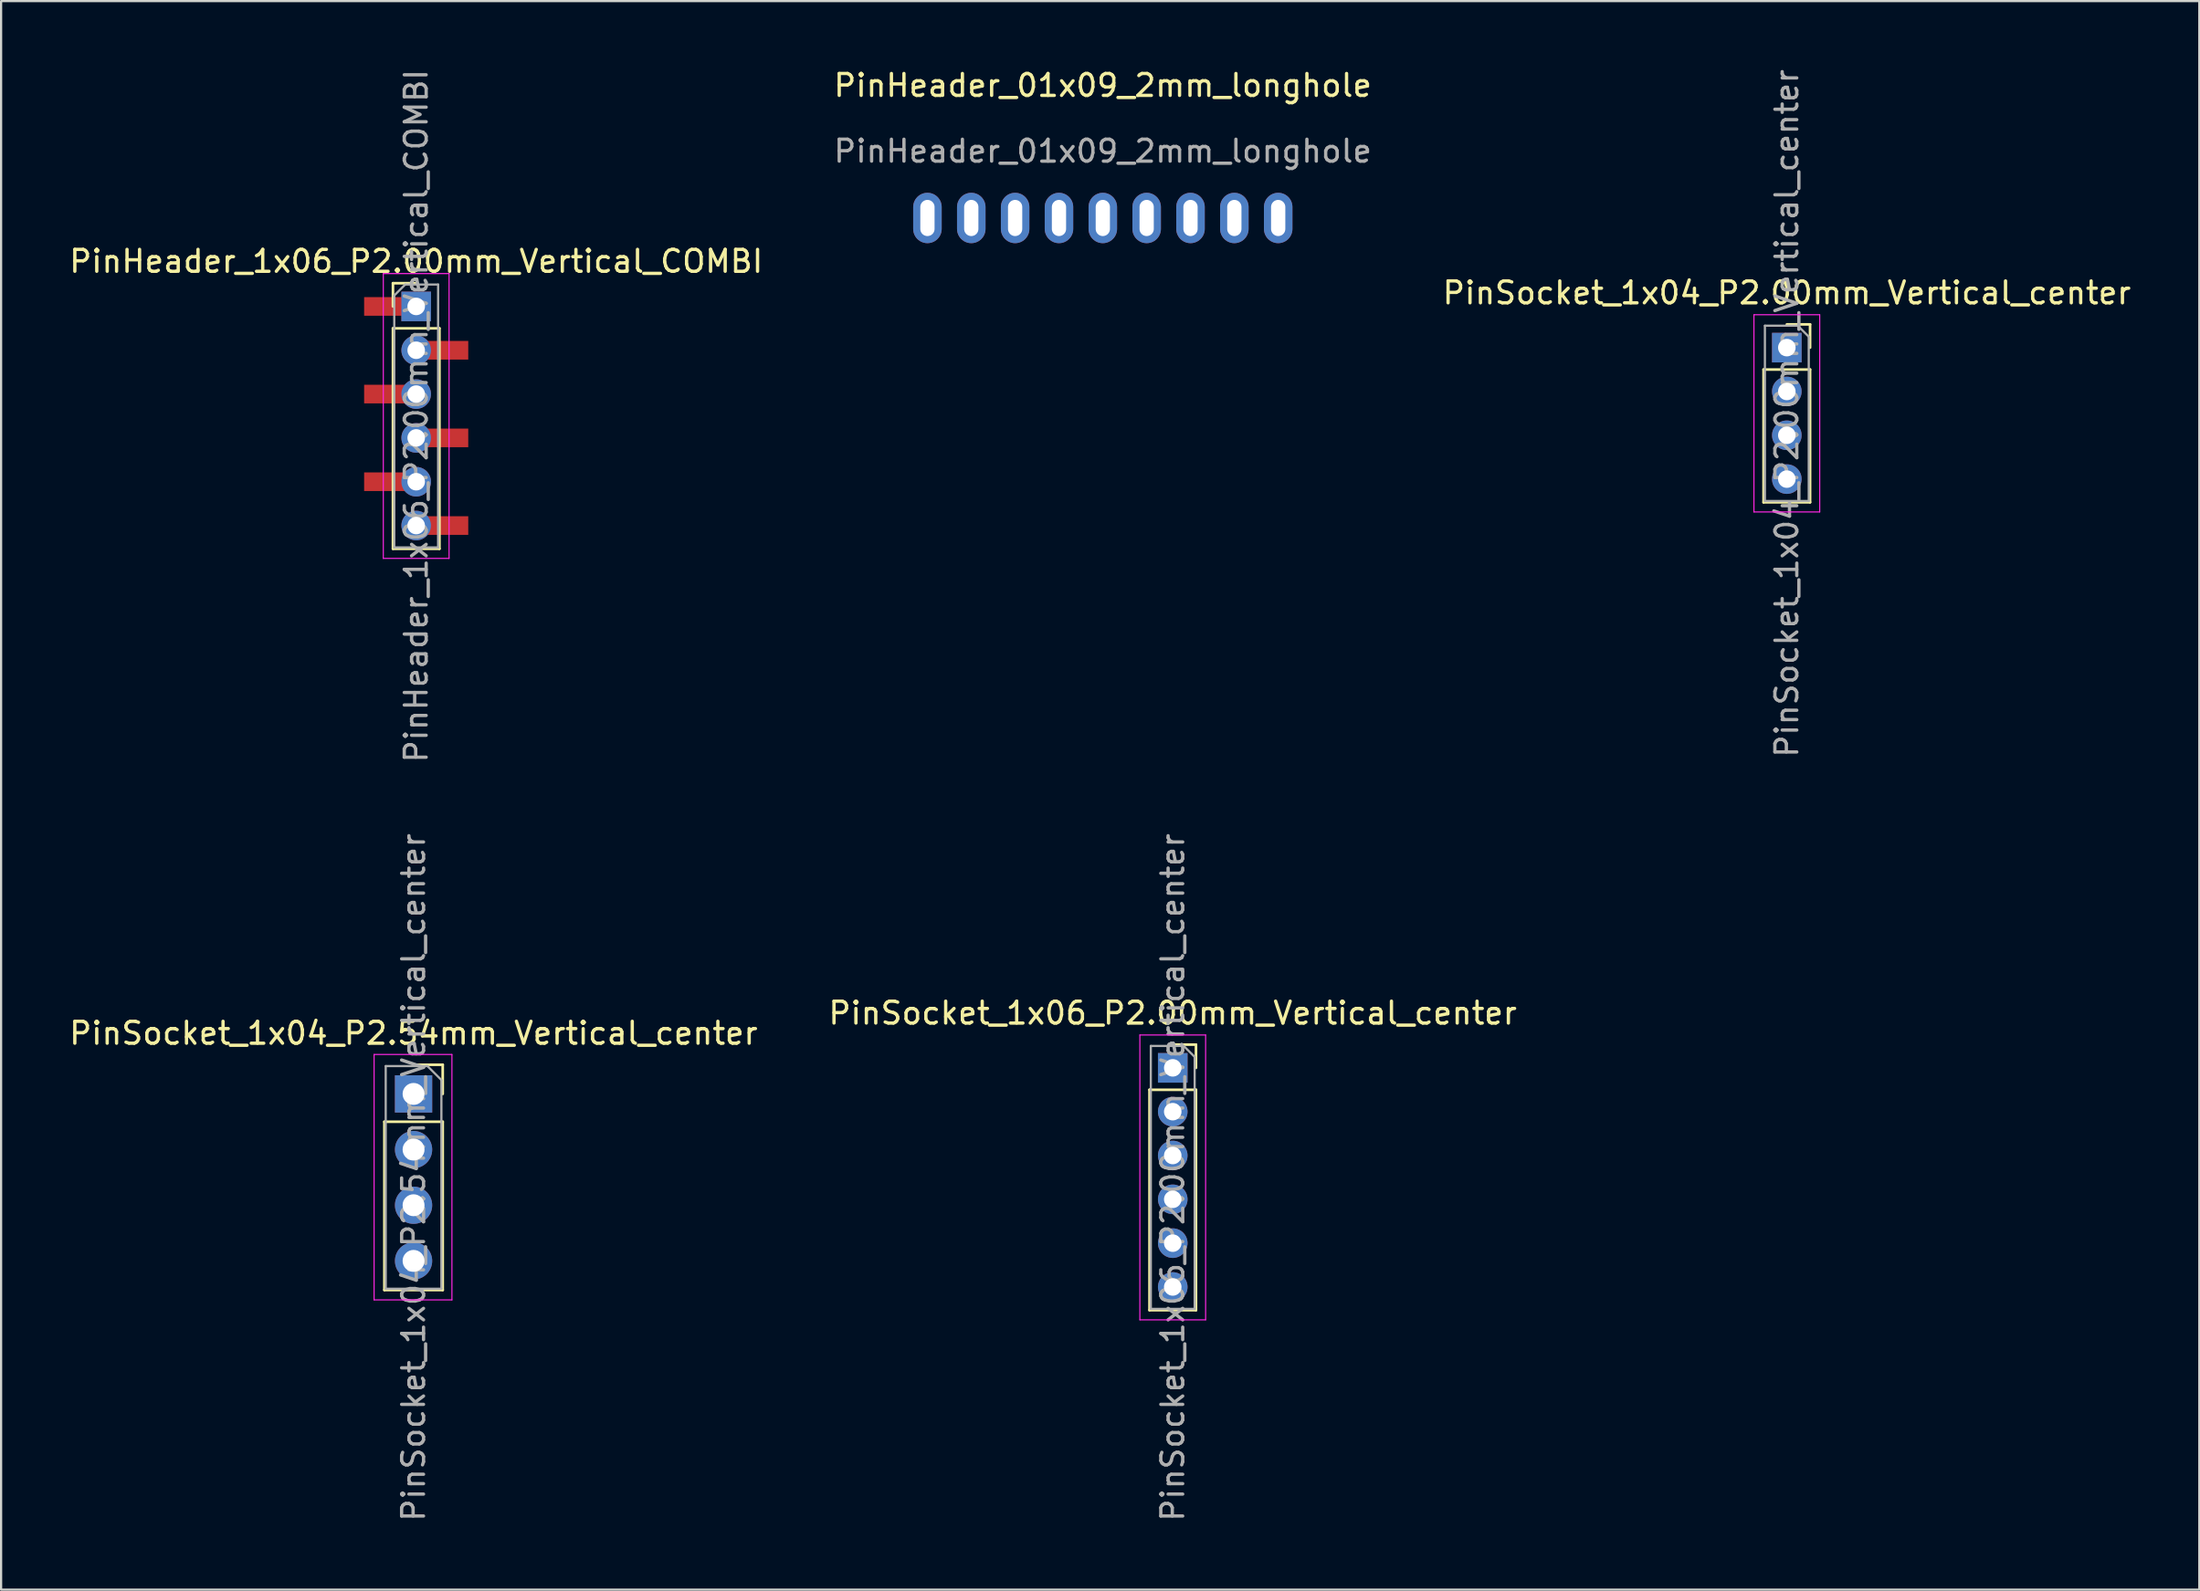
<source format=kicad_pcb>
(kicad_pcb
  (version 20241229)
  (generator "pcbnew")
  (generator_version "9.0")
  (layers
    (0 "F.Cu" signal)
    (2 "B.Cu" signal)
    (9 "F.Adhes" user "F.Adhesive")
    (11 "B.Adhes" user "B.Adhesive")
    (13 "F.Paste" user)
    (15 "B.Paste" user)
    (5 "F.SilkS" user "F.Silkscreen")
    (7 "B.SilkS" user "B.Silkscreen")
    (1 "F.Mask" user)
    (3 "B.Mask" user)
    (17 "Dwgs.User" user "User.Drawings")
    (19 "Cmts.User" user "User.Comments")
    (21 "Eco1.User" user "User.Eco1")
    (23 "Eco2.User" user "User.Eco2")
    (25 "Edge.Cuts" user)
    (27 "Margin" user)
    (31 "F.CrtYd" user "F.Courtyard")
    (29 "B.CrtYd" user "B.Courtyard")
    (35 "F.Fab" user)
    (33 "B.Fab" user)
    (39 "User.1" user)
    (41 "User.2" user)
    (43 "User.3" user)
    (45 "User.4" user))
  (footprint "PinSocket_1x06_P2.00mm_Vertical_center"
    (layer "F.Cu")
    (at 50.446 50.685)
    (property "Reference" "PinSocket_1x06_P2.00mm_Vertical_center" (at 0 -7.5 0) (layer "F.SilkS") (effects (font (size 1 1) (thickness 0.15))))
    (attr through_hole)
    (fp_line (start -1.06 -4) (end -1.06 6.06) (stroke (width 0.12) (type solid)) (layer "F.SilkS"))
    (fp_line (start -1.06 -4) (end 1.06 -4) (stroke (width 0.12) (type solid)) (layer "F.SilkS"))
    (fp_line (start -1.06 6.06) (end 1.06 6.06) (stroke (width 0.12) (type solid)) (layer "F.SilkS"))
    (fp_line (start 0 -6.06) (end 1.06 -6.06) (stroke (width 0.12) (type solid)) (layer "F.SilkS"))
    (fp_line (start 1.06 -6.06) (end 1.06 -5) (stroke (width 0.12) (type solid)) (layer "F.SilkS"))
    (fp_line (start 1.06 -4) (end 1.06 6.06) (stroke (width 0.12) (type solid)) (layer "F.SilkS"))
    (fp_line (start -1.5 -6.5) (end 1.5 -6.5) (stroke (width 0.05) (type solid)) (layer "F.CrtYd"))
    (fp_line (start -1.5 6.5) (end -1.5 -6.5) (stroke (width 0.05) (type solid)) (layer "F.CrtYd"))
    (fp_line (start 1.5 -6.5) (end 1.5 6.5) (stroke (width 0.05) (type solid)) (layer "F.CrtYd"))
    (fp_line (start 1.5 6.5) (end -1.5 6.5) (stroke (width 0.05) (type solid)) (layer "F.CrtYd"))
    (fp_line (start -1 -6) (end 0.5 -6) (stroke (width 0.1) (type solid)) (layer "F.Fab"))
    (fp_line (start -1 6) (end -1 -6) (stroke (width 0.1) (type solid)) (layer "F.Fab"))
    (fp_line (start 0.5 -6) (end 1 -5.5) (stroke (width 0.1) (type solid)) (layer "F.Fab"))
    (fp_line (start 1 -5.5) (end 1 6) (stroke (width 0.1) (type solid)) (layer "F.Fab"))
    (fp_line (start 1 6) (end -1 6) (stroke (width 0.1) (type solid)) (layer "F.Fab"))
    (fp_text user "${REFERENCE}" (at 0 0 90) (layer "F.Fab") (effects (font (size 1 1) (thickness 0.15))))
    (pad "1" thru_hole rect (at 0 -5) (size 1.35 1.35) (drill 0.8) (layers "*.Cu" "*.Mask"))
    (pad "2" thru_hole oval (at 0 -3) (size 1.35 1.35) (drill 0.8) (layers "*.Cu" "*.Mask"))
    (pad "3" thru_hole oval (at 0 -1) (size 1.35 1.35) (drill 0.8) (layers "*.Cu" "*.Mask"))
    (pad "4" thru_hole oval (at 0 1) (size 1.35 1.35) (drill 0.8) (layers "*.Cu" "*.Mask"))
    (pad "5" thru_hole oval (at 0 3) (size 1.35 1.35) (drill 0.8) (layers "*.Cu" "*.Mask"))
    (pad "6" thru_hole oval (at 0 5) (size 1.35 1.35) (drill 0.8) (layers "*.Cu" "*.Mask")))
  (footprint "PinSocket_1x04_P2.00mm_Vertical_center"
    (layer "F.Cu")
    (at 78.458 15.815)
    (property "Reference" "PinSocket_1x04_P2.00mm_Vertical_center" (at 0 -5.5 0) (layer "F.SilkS") (effects (font (size 1 1) (thickness 0.15))))
    (attr through_hole)
    (fp_line (start -1.06 -2) (end -1.06 4.06) (stroke (width 0.12) (type solid)) (layer "F.SilkS"))
    (fp_line (start -1.06 -2) (end 1.06 -2) (stroke (width 0.12) (type solid)) (layer "F.SilkS"))
    (fp_line (start -1.06 4.06) (end 1.06 4.06) (stroke (width 0.12) (type solid)) (layer "F.SilkS"))
    (fp_line (start 0 -4.06) (end 1.06 -4.06) (stroke (width 0.12) (type solid)) (layer "F.SilkS"))
    (fp_line (start 1.06 -4.06) (end 1.06 -3) (stroke (width 0.12) (type solid)) (layer "F.SilkS"))
    (fp_line (start 1.06 -2) (end 1.06 4.06) (stroke (width 0.12) (type solid)) (layer "F.SilkS"))
    (fp_line (start -1.5 -4.5) (end 1.5 -4.5) (stroke (width 0.05) (type solid)) (layer "F.CrtYd"))
    (fp_line (start -1.5 4.5) (end -1.5 -4.5) (stroke (width 0.05) (type solid)) (layer "F.CrtYd"))
    (fp_line (start 1.5 -4.5) (end 1.5 4.5) (stroke (width 0.05) (type solid)) (layer "F.CrtYd"))
    (fp_line (start 1.5 4.5) (end -1.5 4.5) (stroke (width 0.05) (type solid)) (layer "F.CrtYd"))
    (fp_line (start -1 -4) (end 0.5 -4) (stroke (width 0.1) (type solid)) (layer "F.Fab"))
    (fp_line (start -1 4) (end -1 -4) (stroke (width 0.1) (type solid)) (layer "F.Fab"))
    (fp_line (start 0.5 -4) (end 1 -3.5) (stroke (width 0.1) (type solid)) (layer "F.Fab"))
    (fp_line (start 1 -3.5) (end 1 4) (stroke (width 0.1) (type solid)) (layer "F.Fab"))
    (fp_line (start 1 4) (end -1 4) (stroke (width 0.1) (type solid)) (layer "F.Fab"))
    (fp_text user "${REFERENCE}" (at 0 0 90) (layer "F.Fab") (effects (font (size 1 1) (thickness 0.15))))
    (pad "1" thru_hole rect (at 0 -3) (size 1.35 1.35) (drill 0.8) (layers "*.Cu" "*.Mask"))
    (pad "2" thru_hole oval (at 0 -1) (size 1.35 1.35) (drill 0.8) (layers "*.Cu" "*.Mask"))
    (pad "3" thru_hole oval (at 0 1) (size 1.35 1.35) (drill 0.8) (layers "*.Cu" "*.Mask"))
    (pad "4" thru_hole oval (at 0 3) (size 1.35 1.35) (drill 0.8) (layers "*.Cu" "*.Mask")))
  (footprint "PinHeader_01x09_2mm_longhole"
    (layer "F.Cu")
    (at 47.256 6.898)
    (property "Reference" "PinHeader_01x09_2mm_longhole" (at 0 -6.05 0) (unlocked yes) (layer "F.SilkS") (effects (font (size 1 1) (thickness 0.15))))
    (attr through_hole)
    (fp_text user "${REFERENCE}" (at 0 -3.05 0) (unlocked yes) (layer "F.Fab") (effects (font (size 1 1) (thickness 0.15))))
    (pad "1" thru_hole oval (at -8 0) (size 1.3 2.3) (drill oval 0.65 1.65) (layers "*.Cu" "*.Mask"))
    (pad "2" thru_hole oval (at -6 0) (size 1.3 2.3) (drill oval 0.65 1.65) (layers "*.Cu" "*.Mask"))
    (pad "3" thru_hole oval (at -4 0) (size 1.3 2.3) (drill oval 0.65 1.65) (layers "*.Cu" "*.Mask"))
    (pad "4" thru_hole oval (at -2 0) (size 1.3 2.3) (drill oval 0.65 1.65) (layers "*.Cu" "*.Mask"))
    (pad "5" thru_hole oval (at 0 0) (size 1.3 2.3) (drill oval 0.65 1.65) (layers "*.Cu" "*.Mask"))
    (pad "6" thru_hole oval (at 2 0) (size 1.3 2.3) (drill oval 0.65 1.65) (layers "*.Cu" "*.Mask"))
    (pad "7" thru_hole oval (at 4 0) (size 1.3 2.3) (drill oval 0.65 1.65) (layers "*.Cu" "*.Mask"))
    (pad "8" thru_hole oval (at 6 0) (size 1.3 2.3) (drill oval 0.65 1.65) (layers "*.Cu" "*.Mask"))
    (pad "9" thru_hole oval (at 8 0) (size 1.3 2.3) (drill oval 0.65 1.65) (layers "*.Cu" "*.Mask")))
  (footprint "PinSocket_1x04_P2.54mm_Vertical_center"
    (layer "F.Cu")
    (at 15.815 50.685)
    (property "Reference" "PinSocket_1x04_P2.54mm_Vertical_center" (at 0 -6.58 0) (layer "F.SilkS") (effects (font (size 1 1) (thickness 0.15))))
    (attr through_hole)
    (fp_line (start -1.33 -2.54) (end -1.33 5.14) (stroke (width 0.12) (type solid)) (layer "F.SilkS"))
    (fp_line (start -1.33 -2.54) (end 1.33 -2.54) (stroke (width 0.12) (type solid)) (layer "F.SilkS"))
    (fp_line (start -1.33 5.14) (end 1.33 5.14) (stroke (width 0.12) (type solid)) (layer "F.SilkS"))
    (fp_line (start 0 -5.14) (end 1.33 -5.14) (stroke (width 0.12) (type solid)) (layer "F.SilkS"))
    (fp_line (start 1.33 -5.14) (end 1.33 -3.81) (stroke (width 0.12) (type solid)) (layer "F.SilkS"))
    (fp_line (start 1.33 -2.54) (end 1.33 5.14) (stroke (width 0.12) (type solid)) (layer "F.SilkS"))
    (fp_line (start -1.8 -5.61) (end 1.75 -5.61) (stroke (width 0.05) (type solid)) (layer "F.CrtYd"))
    (fp_line (start -1.8 5.59) (end -1.8 -5.61) (stroke (width 0.05) (type solid)) (layer "F.CrtYd"))
    (fp_line (start 1.75 -5.61) (end 1.75 5.59) (stroke (width 0.05) (type solid)) (layer "F.CrtYd"))
    (fp_line (start 1.75 5.59) (end -1.8 5.59) (stroke (width 0.05) (type solid)) (layer "F.CrtYd"))
    (fp_line (start -1.27 -5.08) (end 0.635 -5.08) (stroke (width 0.1) (type solid)) (layer "F.Fab"))
    (fp_line (start -1.27 5.08) (end -1.27 -5.08) (stroke (width 0.1) (type solid)) (layer "F.Fab"))
    (fp_line (start 0.635 -5.08) (end 1.27 -4.445) (stroke (width 0.1) (type solid)) (layer "F.Fab"))
    (fp_line (start 1.27 -4.445) (end 1.27 5.08) (stroke (width 0.1) (type solid)) (layer "F.Fab"))
    (fp_line (start 1.27 5.08) (end -1.27 5.08) (stroke (width 0.1) (type solid)) (layer "F.Fab"))
    (fp_text user "${REFERENCE}" (at 0 0 90) (layer "F.Fab") (effects (font (size 1 1) (thickness 0.15))))
    (pad "1" thru_hole rect (at 0 -3.81) (size 1.7 1.7) (drill 1) (layers "*.Cu" "*.Mask"))
    (pad "2" thru_hole oval (at 0 -1.27) (size 1.7 1.7) (drill 1) (layers "*.Cu" "*.Mask"))
    (pad "3" thru_hole oval (at 0 1.27) (size 1.7 1.7) (drill 1) (layers "*.Cu" "*.Mask"))
    (pad "4" thru_hole oval (at 0 3.81) (size 1.7 1.7) (drill 1) (layers "*.Cu" "*.Mask")))
  (footprint "PinHeader_1x06_P2.00mm_Vertical_COMBI"
    (layer "F.Cu")
    (at 15.935 10.935)
    (property "Reference" "PinHeader_1x06_P2.00mm_Vertical_COMBI" (at 0 -2.06 0) (layer "F.SilkS") (effects (font (size 1 1) (thickness 0.15))))
    (attr through_hole)
    (fp_line (start -1.06 -1.06) (end 0 -1.06) (stroke (width 0.12) (type solid)) (layer "F.SilkS"))
    (fp_line (start -1.06 0) (end -1.06 -1.06) (stroke (width 0.12) (type solid)) (layer "F.SilkS"))
    (fp_line (start -1.06 1) (end -1.06 11.06) (stroke (width 0.12) (type solid)) (layer "F.SilkS"))
    (fp_line (start -1.06 1) (end 1.06 1) (stroke (width 0.12) (type solid)) (layer "F.SilkS"))
    (fp_line (start -1.06 11.06) (end 1.06 11.06) (stroke (width 0.12) (type solid)) (layer "F.SilkS"))
    (fp_line (start 1.06 1) (end 1.06 11.06) (stroke (width 0.12) (type solid)) (layer "F.SilkS"))
    (fp_line (start -1.5 -1.5) (end -1.5 11.5) (stroke (width 0.05) (type solid)) (layer "F.CrtYd"))
    (fp_line (start -1.5 11.5) (end 1.5 11.5) (stroke (width 0.05) (type solid)) (layer "F.CrtYd"))
    (fp_line (start 1.5 -1.5) (end -1.5 -1.5) (stroke (width 0.05) (type solid)) (layer "F.CrtYd"))
    (fp_line (start 1.5 11.5) (end 1.5 -1.5) (stroke (width 0.05) (type solid)) (layer "F.CrtYd"))
    (fp_line (start -1 -0.5) (end -0.5 -1) (stroke (width 0.1) (type solid)) (layer "F.Fab"))
    (fp_line (start -1 11) (end -1 -0.5) (stroke (width 0.1) (type solid)) (layer "F.Fab"))
    (fp_line (start -0.5 -1) (end 1 -1) (stroke (width 0.1) (type solid)) (layer "F.Fab"))
    (fp_line (start 1 -1) (end 1 11) (stroke (width 0.1) (type solid)) (layer "F.Fab"))
    (fp_line (start 1 11) (end -1 11) (stroke (width 0.1) (type solid)) (layer "F.Fab"))
    (fp_text user "${REFERENCE}" (at 0 5 90) (layer "F.Fab") (effects (font (size 1 1) (thickness 0.15))))
    (pad "1" smd rect (at -1.2 0) (size 2.35 0.85) (layers "F.Cu" "F.Mask" "F.Paste"))
    (pad "1" thru_hole rect (at 0 0) (size 1.35 1.35) (drill 0.8) (layers "*.Cu" "*.Mask"))
    (pad "2" thru_hole oval (at 0 2) (size 1.35 1.35) (drill 0.8) (layers "*.Cu" "*.Mask"))
    (pad "2" smd rect (at 1.2 2) (size 2.35 0.85) (layers "F.Cu" "F.Mask" "F.Paste"))
    (pad "3" smd rect (at -1.2 4) (size 2.35 0.85) (layers "F.Cu" "F.Mask" "F.Paste"))
    (pad "3" thru_hole oval (at 0 4) (size 1.35 1.35) (drill 0.8) (layers "*.Cu" "*.Mask"))
    (pad "4" thru_hole oval (at 0 6) (size 1.35 1.35) (drill 0.8) (layers "*.Cu" "*.Mask"))
    (pad "4" smd rect (at 1.2 6) (size 2.35 0.85) (layers "F.Cu" "F.Mask" "F.Paste"))
    (pad "5" smd rect (at -1.2 8) (size 2.35 0.85) (layers "F.Cu" "F.Mask" "F.Paste"))
    (pad "5" thru_hole oval (at 0 8) (size 1.35 1.35) (drill 0.8) (layers "*.Cu" "*.Mask"))
    (pad "6" thru_hole oval (at 0 10) (size 1.35 1.35) (drill 0.8) (layers "*.Cu" "*.Mask"))
    (pad "6" smd rect (at 1.2 10) (size 2.35 0.85) (layers "F.Cu" "F.Mask" "F.Paste")))
  (gr_rect
    (start -3 -3)
    (end 97.274 69.5)
    (stroke (width 0.1) (type default))
    (fill no)
    (layer "Edge.Cuts")))
</source>
